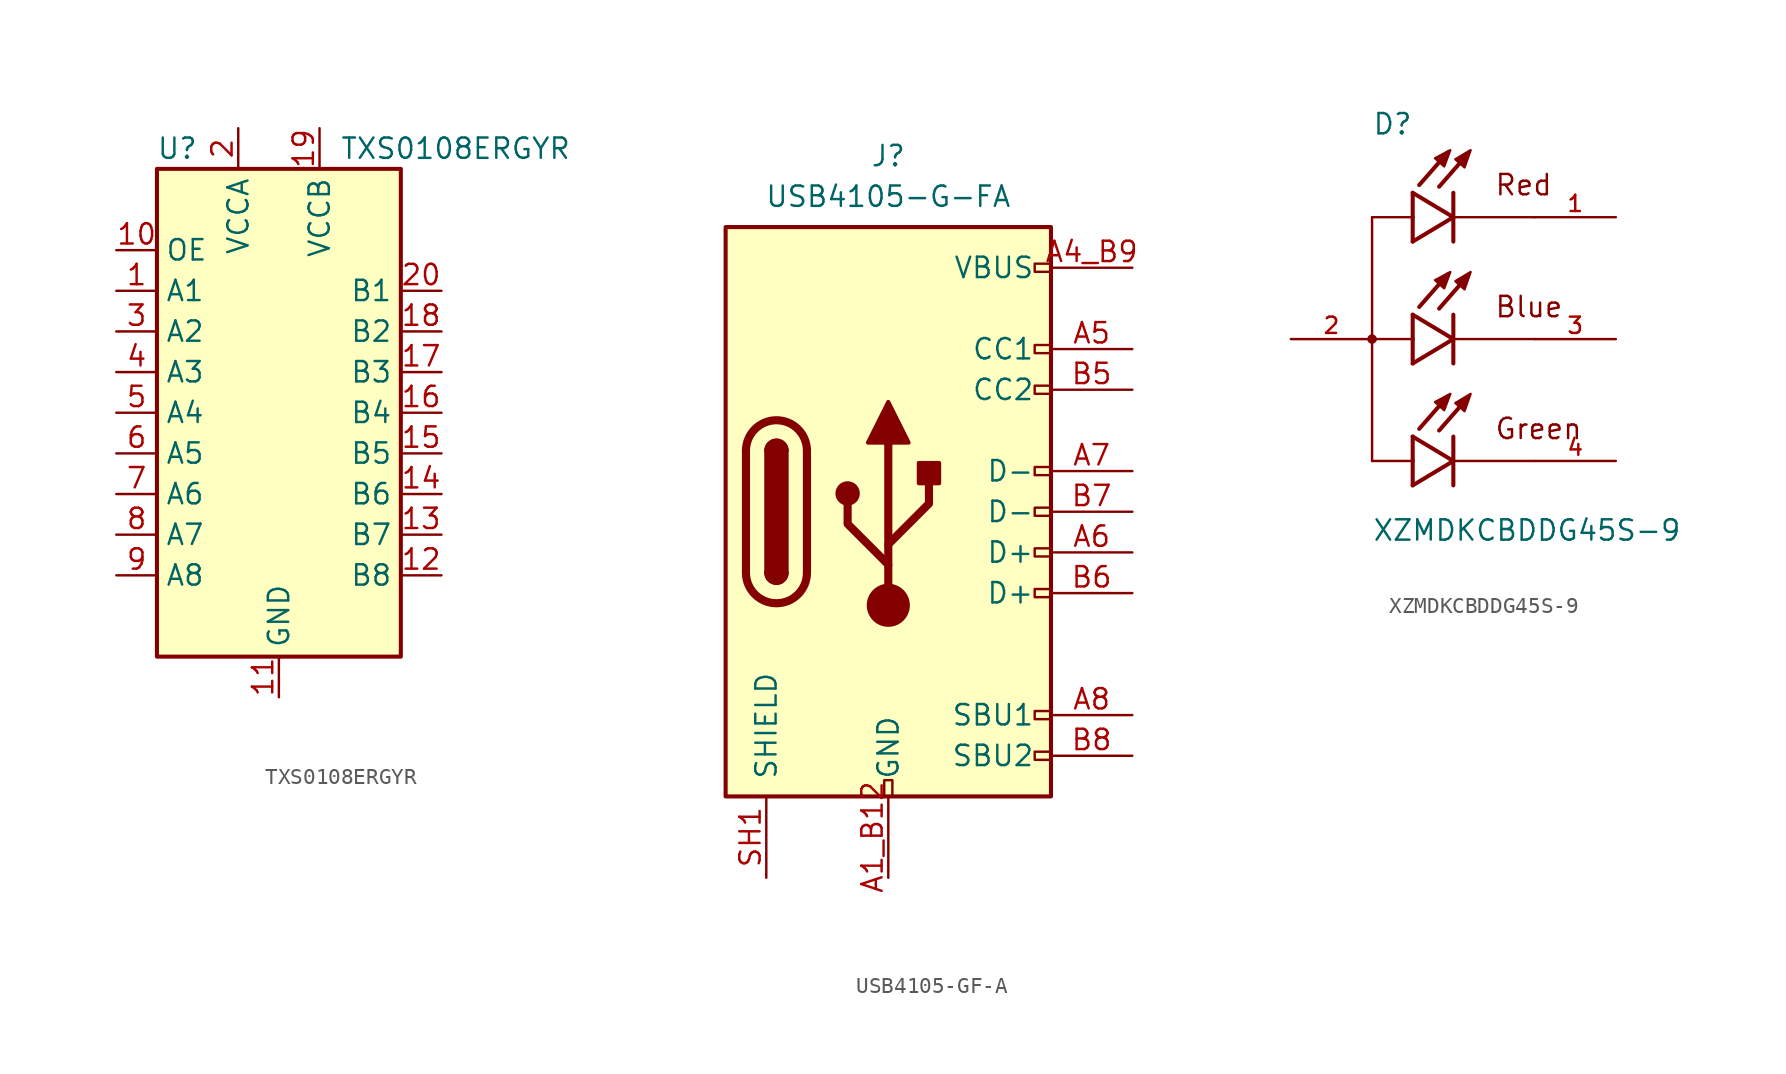
<source format=kicad_sym>
(kicad_symbol_lib
  (version 20241209)
  (generator "kicad_symbol_editor")
  (generator_version "9.0")
  (symbol "TXS0108ERGYR"
    (property "Reference" "U"
      (at -6.35 16.51 0)
      (effects (font (size 1.27 1.27))))
    (property "Value" "TXS0108ERGYR"
      (at 3.81 16.51 0)
      (effects (font (size 1.27 1.27)) (justify left)))
    (symbol "TXS0108ERGYR_0_1"
      (rectangle (start -7.62 15.24) (end 7.62 -15.24) (stroke (width 0.254) (type default)) (fill (type background))))
    (symbol "TXS0108ERGYR_1_1"
      (pin input line (at -10.16 10.16 0) (length 2.54) (name "OE" (effects (font (size 1.27 1.27)))) (number "10" (effects (font (size 1.27 1.27)))))
      (pin bidirectional line (at -10.16 7.62 0) (length 2.54) (name "A1" (effects (font (size 1.27 1.27)))) (number "1" (effects (font (size 1.27 1.27)))))
      (pin bidirectional line (at -10.16 5.08 0) (length 2.54) (name "A2" (effects (font (size 1.27 1.27)))) (number "3" (effects (font (size 1.27 1.27)))))
      (pin bidirectional line (at -10.16 2.54 0) (length 2.54) (name "A3" (effects (font (size 1.27 1.27)))) (number "4" (effects (font (size 1.27 1.27)))))
      (pin bidirectional line (at -10.16 0 0) (length 2.54) (name "A4" (effects (font (size 1.27 1.27)))) (number "5" (effects (font (size 1.27 1.27)))))
      (pin bidirectional line (at -10.16 -2.54 0) (length 2.54) (name "A5" (effects (font (size 1.27 1.27)))) (number "6" (effects (font (size 1.27 1.27)))))
      (pin bidirectional line (at -10.16 -5.08 0) (length 2.54) (name "A6" (effects (font (size 1.27 1.27)))) (number "7" (effects (font (size 1.27 1.27)))))
      (pin bidirectional line (at -10.16 -7.62 0) (length 2.54) (name "A7" (effects (font (size 1.27 1.27)))) (number "8" (effects (font (size 1.27 1.27)))))
      (pin bidirectional line (at -10.16 -10.16 0) (length 2.54) (name "A8" (effects (font (size 1.27 1.27)))) (number "9" (effects (font (size 1.27 1.27)))))
      (pin power_in line (at -2.54 17.78 270) (length 2.54) (name "VCCA" (effects (font (size 1.27 1.27)))) (number "2" (effects (font (size 1.27 1.27)))))
      (pin power_in line (at 0 -17.78 90) (length 2.54) (name "GND" (effects (font (size 1.27 1.27)))) (number "11" (effects (font (size 1.27 1.27)))))
      (pin passive non_logic (at 0 -17.78 90) (length 2.54) (hide yes) (name "EP" (effects (font (size 1.27 1.27)))) (number "21" (effects (font (size 1.27 1.27)))))
      (pin passive non_logic (at 0 -17.78 90) (length 2.54) (hide yes) (name "EP_VIA" (effects (font (size 1.27 1.27)))) (number "22" (effects (font (size 1.27 1.27)))))
      (pin passive non_logic (at 0 -17.78 90) (length 2.54) (hide yes) (name "EP_VIA" (effects (font (size 1.27 1.27)))) (number "23" (effects (font (size 1.27 1.27)))))
      (pin passive non_logic (at 0 -17.78 90) (length 2.54) (hide yes) (name "EP_VIA" (effects (font (size 1.27 1.27)))) (number "24" (effects (font (size 1.27 1.27)))))
      (pin passive non_logic (at 0 -17.78 90) (length 2.54) (hide yes) (name "EP_VIA" (effects (font (size 1.27 1.27)))) (number "25" (effects (font (size 1.27 1.27)))))
      (pin power_in line (at 2.54 17.78 270) (length 2.54) (name "VCCB" (effects (font (size 1.27 1.27)))) (number "19" (effects (font (size 1.27 1.27)))))
      (pin bidirectional line (at 10.16 7.62 180) (length 2.54) (name "B1" (effects (font (size 1.27 1.27)))) (number "20" (effects (font (size 1.27 1.27)))))
      (pin bidirectional line (at 10.16 5.08 180) (length 2.54) (name "B2" (effects (font (size 1.27 1.27)))) (number "18" (effects (font (size 1.27 1.27)))))
      (pin bidirectional line (at 10.16 2.54 180) (length 2.54) (name "B3" (effects (font (size 1.27 1.27)))) (number "17" (effects (font (size 1.27 1.27)))))
      (pin bidirectional line (at 10.16 0 180) (length 2.54) (name "B4" (effects (font (size 1.27 1.27)))) (number "16" (effects (font (size 1.27 1.27)))))
      (pin bidirectional line (at 10.16 -2.54 180) (length 2.54) (name "B5" (effects (font (size 1.27 1.27)))) (number "15" (effects (font (size 1.27 1.27)))))
      (pin bidirectional line (at 10.16 -5.08 180) (length 2.54) (name "B6" (effects (font (size 1.27 1.27)))) (number "14" (effects (font (size 1.27 1.27)))))
      (pin bidirectional line (at 10.16 -7.62 180) (length 2.54) (name "B7" (effects (font (size 1.27 1.27)))) (number "13" (effects (font (size 1.27 1.27)))))
      (pin bidirectional line (at 10.16 -10.16 180) (length 2.54) (name "B8" (effects (font (size 1.27 1.27)))) (number "12" (effects (font (size 1.27 1.27)))))))
  (symbol "USB4105-GF-A"
    (pin_names
      (offset 1.016))
    (property "Reference" "J"
      (at 0 22.225 0)
      (effects (font (size 1.27 1.27))))
    (property "Value" "USB4105-G-FA"
      (at 0 19.685 0)
      (effects (font (size 1.27 1.27))))
    (symbol "USB4105-GF-A_0_0"
      (rectangle (start -0.254 -17.78) (end 0.254 -16.764) (stroke (width 0) (type default)) (fill (type none)))
      (rectangle (start 10.16 15.494) (end 9.144 14.986) (stroke (width 0) (type default)) (fill (type none)))
      (rectangle (start 10.16 10.414) (end 9.144 9.906) (stroke (width 0) (type default)) (fill (type none)))
      (rectangle (start 10.16 7.874) (end 9.144 7.366) (stroke (width 0) (type default)) (fill (type none)))
      (rectangle (start 10.16 2.794) (end 9.144 2.286) (stroke (width 0) (type default)) (fill (type none)))
      (rectangle (start 10.16 0.254) (end 9.144 -0.254) (stroke (width 0) (type default)) (fill (type none)))
      (rectangle (start 10.16 -2.286) (end 9.144 -2.794) (stroke (width 0) (type default)) (fill (type none)))
      (rectangle (start 10.16 -4.826) (end 9.144 -5.334) (stroke (width 0) (type default)) (fill (type none)))
      (rectangle (start 10.16 -12.446) (end 9.144 -12.954) (stroke (width 0) (type default)) (fill (type none)))
      (rectangle (start 10.16 -14.986) (end 9.144 -15.494) (stroke (width 0) (type default)) (fill (type none))))
    (symbol "USB4105-GF-A_0_1"
      (rectangle (start -10.16 17.78) (end 10.16 -17.78) (stroke (width 0.254) (type default)) (fill (type background)))
      (polyline (pts (xy -8.89 -3.81) (xy -8.89 3.81)) (stroke (width 0.508) (type default)) (fill (type none)))
      (rectangle (start -7.62 -3.81) (end -6.35 3.81) (stroke (width 0.254) (type default)) (fill (type outline)))
      (arc (start -7.62 3.81) (mid -6.985 4.4423) (end -6.35 3.81) (stroke (width 0.254) (type default)) (fill (type none)))
      (arc (start -7.62 3.81) (mid -6.985 4.4423) (end -6.35 3.81) (stroke (width 0.254) (type default)) (fill (type outline)))
      (arc (start -8.89 3.81) (mid -6.985 5.7067) (end -5.08 3.81) (stroke (width 0.508) (type default)) (fill (type none)))
      (arc (start -5.08 -3.81) (mid -6.985 -5.7067) (end -8.89 -3.81) (stroke (width 0.508) (type default)) (fill (type none)))
      (arc (start -6.35 -3.81) (mid -6.985 -4.4423) (end -7.62 -3.81) (stroke (width 0.254) (type default)) (fill (type none)))
      (arc (start -6.35 -3.81) (mid -6.985 -4.4423) (end -7.62 -3.81) (stroke (width 0.254) (type default)) (fill (type outline)))
      (polyline (pts (xy -5.08 3.81) (xy -5.08 -3.81)) (stroke (width 0.508) (type default)) (fill (type none)))
      (circle (center -2.54 1.143) (radius 0.635) (stroke (width 0.254) (type default)) (fill (type outline)))
      (polyline (pts (xy -1.27 4.318) (xy 0 6.858) (xy 1.27 4.318) (xy -1.27 4.318)) (stroke (width 0.254) (type default)) (fill (type outline)))
      (polyline (pts (xy 0 -2.032) (xy 2.54 0.508) (xy 2.54 1.778)) (stroke (width 0.508) (type default)) (fill (type none)))
      (polyline (pts (xy 0 -3.302) (xy -2.54 -0.762) (xy -2.54 0.508)) (stroke (width 0.508) (type default)) (fill (type none)))
      (polyline (pts (xy 0 -5.842) (xy 0 4.318)) (stroke (width 0.508) (type default)) (fill (type none)))
      (circle (center 0 -5.842) (radius 1.27) (stroke (width 0) (type default)) (fill (type outline)))
      (rectangle (start 1.905 1.778) (end 3.175 3.048) (stroke (width 0.254) (type default)) (fill (type outline))))
    (symbol "USB4105-GF-A_1_1"
      (pin passive line (at -7.62 -22.86 90) (length 5.08) (name "SHIELD" (effects (font (size 1.27 1.27)))) (number "SH1" (effects (font (size 1.27 1.27)))))
      (pin passive line (at -7.62 -22.86 90) (length 5.08) (hide yes) (name "SHIELD" (effects (font (size 1.27 1.27)))) (number "SH2" (effects (font (size 1.27 1.27)))))
      (pin passive line (at -7.62 -22.86 90) (length 5.08) (hide yes) (name "SHIELD" (effects (font (size 1.27 1.27)))) (number "SH3" (effects (font (size 1.27 1.27)))))
      (pin passive line (at -7.62 -22.86 90) (length 5.08) (hide yes) (name "SHIELD" (effects (font (size 1.27 1.27)))) (number "SH4" (effects (font (size 1.27 1.27)))))
      (pin passive line (at 0 -22.86 90) (length 5.08) (name "GND" (effects (font (size 1.27 1.27)))) (number "A1_B12" (effects (font (size 1.27 1.27)))))
      (pin passive line (at 0 -22.86 90) (length 5.08) (hide yes) (name "GND" (effects (font (size 1.27 1.27)))) (number "B1_A12" (effects (font (size 1.27 1.27)))))
      (pin passive line (at 15.24 15.24 180) (length 5.08) (name "VBUS" (effects (font (size 1.27 1.27)))) (number "A4_B9" (effects (font (size 1.27 1.27)))))
      (pin passive line (at 15.24 15.24 180) (length 5.08) (hide yes) (name "VBUS" (effects (font (size 1.27 1.27)))) (number "B4_A9" (effects (font (size 1.27 1.27)))))
      (pin bidirectional line (at 15.24 10.16 180) (length 5.08) (name "CC1" (effects (font (size 1.27 1.27)))) (number "A5" (effects (font (size 1.27 1.27)))))
      (pin bidirectional line (at 15.24 7.62 180) (length 5.08) (name "CC2" (effects (font (size 1.27 1.27)))) (number "B5" (effects (font (size 1.27 1.27)))))
      (pin bidirectional line (at 15.24 2.54 180) (length 5.08) (name "D-" (effects (font (size 1.27 1.27)))) (number "A7" (effects (font (size 1.27 1.27)))))
      (pin bidirectional line (at 15.24 0 180) (length 5.08) (name "D-" (effects (font (size 1.27 1.27)))) (number "B7" (effects (font (size 1.27 1.27)))))
      (pin bidirectional line (at 15.24 -2.54 180) (length 5.08) (name "D+" (effects (font (size 1.27 1.27)))) (number "A6" (effects (font (size 1.27 1.27)))))
      (pin bidirectional line (at 15.24 -5.08 180) (length 5.08) (name "D+" (effects (font (size 1.27 1.27)))) (number "B6" (effects (font (size 1.27 1.27)))))
      (pin bidirectional line (at 15.24 -12.7 180) (length 5.08) (name "SBU1" (effects (font (size 1.27 1.27)))) (number "A8" (effects (font (size 1.27 1.27)))))
      (pin bidirectional line (at 15.24 -15.24 180) (length 5.08) (name "SBU2" (effects (font (size 1.27 1.27)))) (number "B8" (effects (font (size 1.27 1.27)))))))
  (symbol "XZMDKCBDDG45S-9"
    (pin_names
      (offset 1.016))
    (property "Reference" "D"
      (at -5.08 12.7 0)
      (effects (font (size 1.27 1.27)) (justify left bottom)))
    (property "Value" "XZMDKCBDDG45S-9"
      (at -5.08 -12.7 0)
      (effects (font (size 1.27 1.27)) (justify left bottom)))
    (symbol "XZMDKCBDDG45S-9_0_0"
      (circle (center -5.08 0) (radius 0.15) (stroke (width 0.3) (type default)) (fill (type none)))
      (polyline (pts (xy -5.08 0) (xy -5.08 7.62)) (stroke (width 0.152) (type default)) (fill (type none)))
      (polyline (pts (xy -5.08 -7.62) (xy -5.08 0)) (stroke (width 0.152) (type default)) (fill (type none)))
      (polyline (pts (xy -2.54 9.144) (xy -2.54 7.62)) (stroke (width 0.254) (type default)) (fill (type none)))
      (polyline (pts (xy -2.54 7.62) (xy -5.08 7.62)) (stroke (width 0.152) (type default)) (fill (type none)))
      (polyline (pts (xy -2.54 7.62) (xy -2.54 6.096)) (stroke (width 0.254) (type default)) (fill (type none)))
      (polyline (pts (xy -2.54 6.096) (xy 0 7.62)) (stroke (width 0.254) (type default)) (fill (type none)))
      (polyline (pts (xy -2.54 1.524) (xy -2.54 0)) (stroke (width 0.254) (type default)) (fill (type none)))
      (polyline (pts (xy -2.54 0) (xy -5.08 0)) (stroke (width 0.152) (type default)) (fill (type none)))
      (polyline (pts (xy -2.54 0) (xy -2.54 -1.524)) (stroke (width 0.254) (type default)) (fill (type none)))
      (polyline (pts (xy -2.54 -1.524) (xy 0 0)) (stroke (width 0.254) (type default)) (fill (type none)))
      (polyline (pts (xy -2.54 -6.096) (xy -2.54 -7.62)) (stroke (width 0.254) (type default)) (fill (type none)))
      (polyline (pts (xy -2.54 -7.62) (xy -5.08 -7.62)) (stroke (width 0.152) (type default)) (fill (type none)))
      (polyline (pts (xy -2.54 -7.62) (xy -2.54 -9.144)) (stroke (width 0.254) (type default)) (fill (type none)))
      (polyline (pts (xy -2.54 -9.144) (xy 0 -7.62)) (stroke (width 0.254) (type default)) (fill (type none)))
      (polyline (pts (xy -1.143 11.303) (xy -0.572 10.795) (xy -0.191 11.811) (xy -1.143 11.303)) (stroke (width 0.152) (type default)) (fill (type outline)))
      (polyline (pts (xy -1.143 3.683) (xy -0.572 3.175) (xy -0.191 4.191) (xy -1.143 3.683)) (stroke (width 0.152) (type default)) (fill (type outline)))
      (polyline (pts (xy -1.143 -3.937) (xy -0.572 -4.445) (xy -0.191 -3.429) (xy -1.143 -3.937)) (stroke (width 0.152) (type default)) (fill (type outline)))
      (polyline (pts (xy -0.356 11.659) (xy -2.134 9.627)) (stroke (width 0.254) (type default)) (fill (type none)))
      (polyline (pts (xy -0.356 4.039) (xy -2.134 2.007)) (stroke (width 0.254) (type default)) (fill (type none)))
      (polyline (pts (xy -0.356 -3.581) (xy -2.134 -5.613)) (stroke (width 0.254) (type default)) (fill (type none)))
      (polyline (pts (xy 0 9.144) (xy 0 7.62)) (stroke (width 0.254) (type default)) (fill (type none)))
      (polyline (pts (xy 0 7.62) (xy -2.54 9.144)) (stroke (width 0.254) (type default)) (fill (type none)))
      (polyline (pts (xy 0 7.62) (xy 0 6.096)) (stroke (width 0.254) (type default)) (fill (type none)))
      (polyline (pts (xy 0 1.524) (xy 0 0)) (stroke (width 0.254) (type default)) (fill (type none)))
      (polyline (pts (xy 0 0) (xy -2.54 1.524)) (stroke (width 0.254) (type default)) (fill (type none)))
      (polyline (pts (xy 0 0) (xy 0 -1.524)) (stroke (width 0.254) (type default)) (fill (type none)))
      (polyline (pts (xy 0 -6.096) (xy 0 -7.62)) (stroke (width 0.254) (type default)) (fill (type none)))
      (polyline (pts (xy 0 -7.62) (xy -2.54 -6.096)) (stroke (width 0.254) (type default)) (fill (type none)))
      (polyline (pts (xy 0 -7.62) (xy 0 -9.144)) (stroke (width 0.254) (type default)) (fill (type none)))
      (polyline (pts (xy 0.127 11.239) (xy 0.699 10.732) (xy 1.079 11.811) (xy 0.127 11.239)) (stroke (width 0.152) (type default)) (fill (type outline)))
      (polyline (pts (xy 0.127 3.619) (xy 0.699 3.111) (xy 1.079 4.191) (xy 0.127 3.619)) (stroke (width 0.152) (type default)) (fill (type outline)))
      (polyline (pts (xy 0.127 -4) (xy 0.699 -4.508) (xy 1.079 -3.429) (xy 0.127 -4)) (stroke (width 0.152) (type default)) (fill (type outline)))
      (polyline (pts (xy 0.889 11.557) (xy -0.889 9.525)) (stroke (width 0.254) (type default)) (fill (type none)))
      (polyline (pts (xy 0.889 3.937) (xy -0.889 1.905)) (stroke (width 0.254) (type default)) (fill (type none)))
      (polyline (pts (xy 0.889 -3.683) (xy -0.889 -5.715)) (stroke (width 0.254) (type default)) (fill (type none)))
      (polyline (pts (xy 5.08 7.62) (xy 0 7.62)) (stroke (width 0.152) (type default)) (fill (type none)))
      (polyline (pts (xy 5.08 0) (xy 0 0)) (stroke (width 0.152) (type default)) (fill (type none)))
      (polyline (pts (xy 5.08 -7.62) (xy 0 -7.62)) (stroke (width 0.152) (type default)) (fill (type none)))
      (text "Red" (at 2.54 8.89 0) (effects (font (size 1.27 1.27)) (justify left bottom)))
      (text "Blue" (at 2.54 1.27 0) (effects (font (size 1.27 1.27)) (justify left bottom)))
      (text "Green" (at 2.54 -6.35 0) (effects (font (size 1.27 1.27)) (justify left bottom)))
      (pin passive line (at -10.16 0 0) (length 5.08) (name "~" (effects (font (size 1.016 1.016)))) (number "2" (effects (font (size 1.016 1.016)))))
      (pin passive line (at 10.16 7.62 180) (length 5.08) (name "~" (effects (font (size 1.016 1.016)))) (number "1" (effects (font (size 1.016 1.016)))))
      (pin passive line (at 10.16 0 180) (length 5.08) (name "~" (effects (font (size 1.016 1.016)))) (number "3" (effects (font (size 1.016 1.016)))))
      (pin passive line (at 10.16 -7.62 180) (length 5.08) (name "~" (effects (font (size 1.016 1.016)))) (number "4" (effects (font (size 1.016 1.016))))))))
</source>
